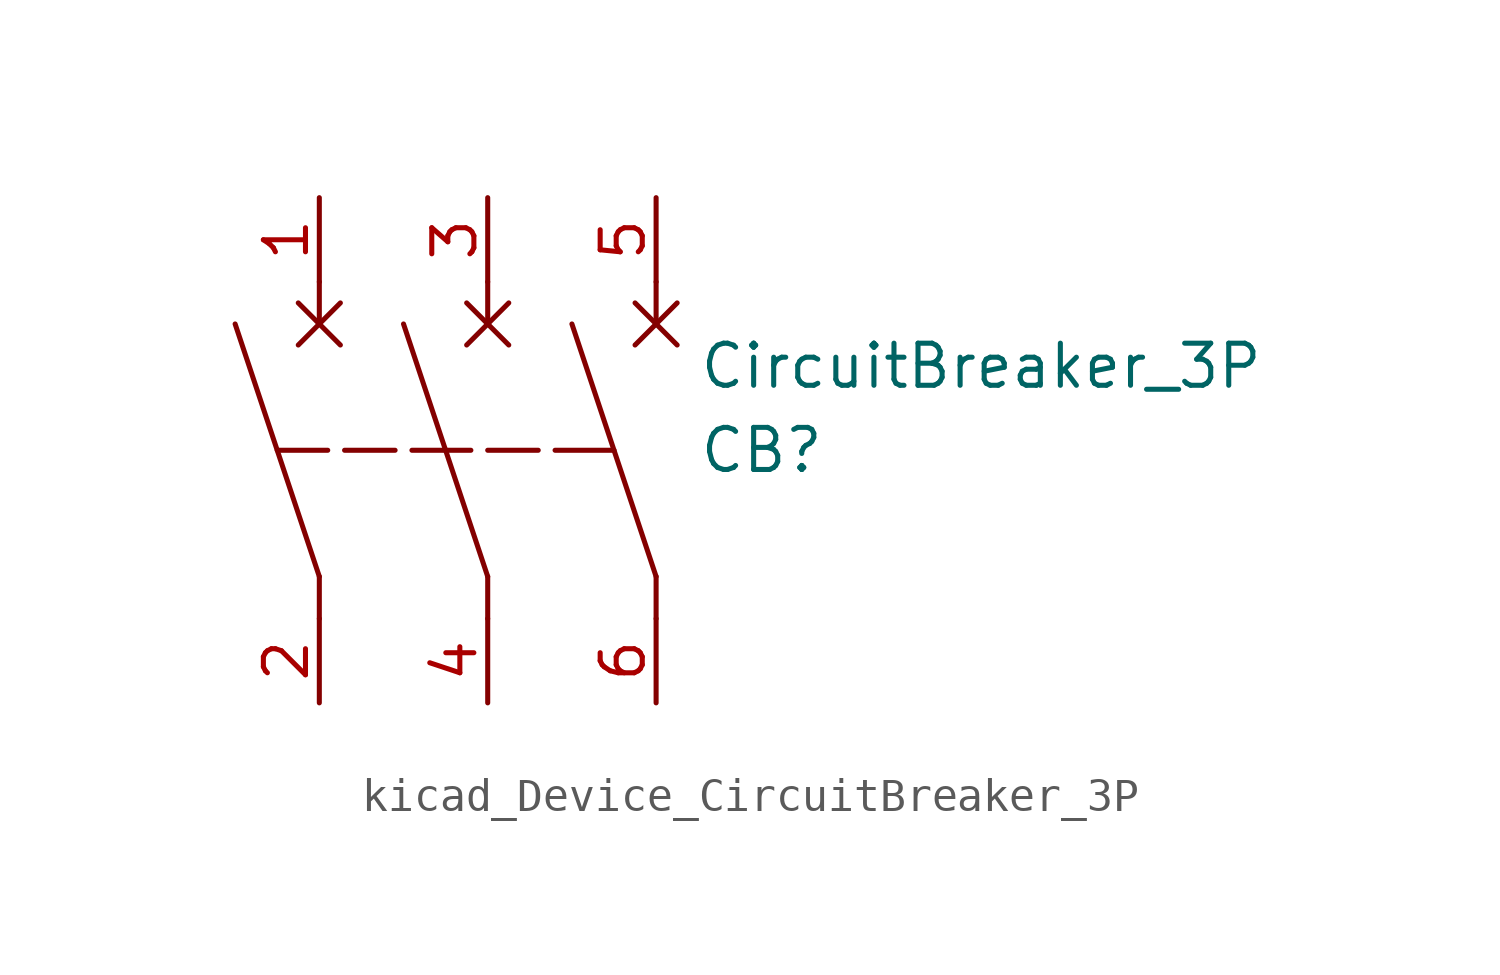
<source format=kicad_sym>
(kicad_symbol_lib
  (version 20220914)
  (generator kicad_symbol_editor)
  (symbol "kicad_Device_CircuitBreaker_3P"
    (property "Reference" "CB"
      (at 6.35 0 0)
      (effects (font (size 1.27 1.27)) (justify left)))
    (property "Value" "CircuitBreaker_3P"
      (at 6.35 2.54 0)
      (effects (font (size 1.27 1.27)) (justify left)))
    (symbol "kicad_Device_CircuitBreaker_3P_0_1"
      (polyline (pts (xy -6.35 0) (xy -4.826 0)) (stroke (width 0) (type default)) (fill (type none)))
      (polyline (pts (xy -5.715 4.445) (xy -4.445 3.175)) (stroke (width 0) (type default)) (fill (type none)))
      (polyline (pts (xy -5.08 -5.08) (xy -5.08 -3.81)) (stroke (width 0) (type default)) (fill (type none)))
      (polyline (pts (xy -5.08 -3.81) (xy -7.62 3.81)) (stroke (width 0) (type default)) (fill (type none)))
      (polyline (pts (xy -5.08 5.08) (xy -5.08 3.81)) (stroke (width 0) (type default)) (fill (type none)))
      (polyline (pts (xy -4.445 4.445) (xy -5.715 3.175)) (stroke (width 0) (type default)) (fill (type none)))
      (polyline (pts (xy -2.286 0) (xy -0.508 0)) (stroke (width 0) (type default)) (fill (type none)))
      (polyline (pts (xy 0 -5.08) (xy 0 -3.81)) (stroke (width 0) (type default)) (fill (type none)))
      (polyline (pts (xy 0 -3.81) (xy -2.54 3.81)) (stroke (width 0) (type default)) (fill (type none)))
      (polyline (pts (xy 0 0) (xy 1.524 0)) (stroke (width 0) (type default)) (fill (type none)))
      (polyline (pts (xy 0 5.08) (xy 0 3.81)) (stroke (width 0) (type default)) (fill (type none)))
      (polyline (pts (xy 0.635 4.445) (xy -0.635 3.175)) (stroke (width 0) (type default)) (fill (type none)))
      (polyline (pts (xy 2.032 0) (xy 3.81 0)) (stroke (width 0) (type default)) (fill (type none)))
      (polyline (pts (xy 4.445 4.445) (xy 5.715 3.175)) (stroke (width 0) (type default)) (fill (type none)))
      (polyline (pts (xy 5.08 -5.08) (xy 5.08 -3.81)) (stroke (width 0) (type default)) (fill (type none)))
      (polyline (pts (xy 5.08 -3.81) (xy 2.54 3.81)) (stroke (width 0) (type default)) (fill (type none)))
      (polyline (pts (xy 5.08 5.08) (xy 5.08 3.81)) (stroke (width 0) (type default)) (fill (type none)))
      (polyline (pts (xy 5.715 4.445) (xy 4.445 3.175)) (stroke (width 0) (type default)) (fill (type none)))
      (polyline (pts (xy -4.318 0) (xy -2.794 0) (xy -3.048 0)) (stroke (width 0) (type default)) (fill (type none)))
      (polyline (pts (xy -0.635 4.445) (xy 0 3.81) (xy 0.635 3.175)) (stroke (width 0) (type default)) (fill (type none))))
    (symbol "kicad_Device_CircuitBreaker_3P_1_1"
      (pin passive line (at -5.08 7.62 270) (length 2.54) (name "~" (effects (font (size 1.27 1.27)))) (number "1" (effects (font (size 1.27 1.27)))))
      (pin passive line (at -5.08 -7.62 90) (length 2.54) (name "~" (effects (font (size 1.27 1.27)))) (number "2" (effects (font (size 1.27 1.27)))))
      (pin passive line (at 0 7.62 270) (length 2.54) (name "~" (effects (font (size 1.27 1.27)))) (number "3" (effects (font (size 1.27 1.27)))))
      (pin passive line (at 0 -7.62 90) (length 2.54) (name "~" (effects (font (size 1.27 1.27)))) (number "4" (effects (font (size 1.27 1.27)))))
      (pin passive line (at 5.08 7.62 270) (length 2.54) (name "~" (effects (font (size 1.27 1.27)))) (number "5" (effects (font (size 1.27 1.27)))))
      (pin passive line (at 5.08 -7.62 90) (length 2.54) (name "~" (effects (font (size 1.27 1.27)))) (number "6" (effects (font (size 1.27 1.27))))))))
</source>
